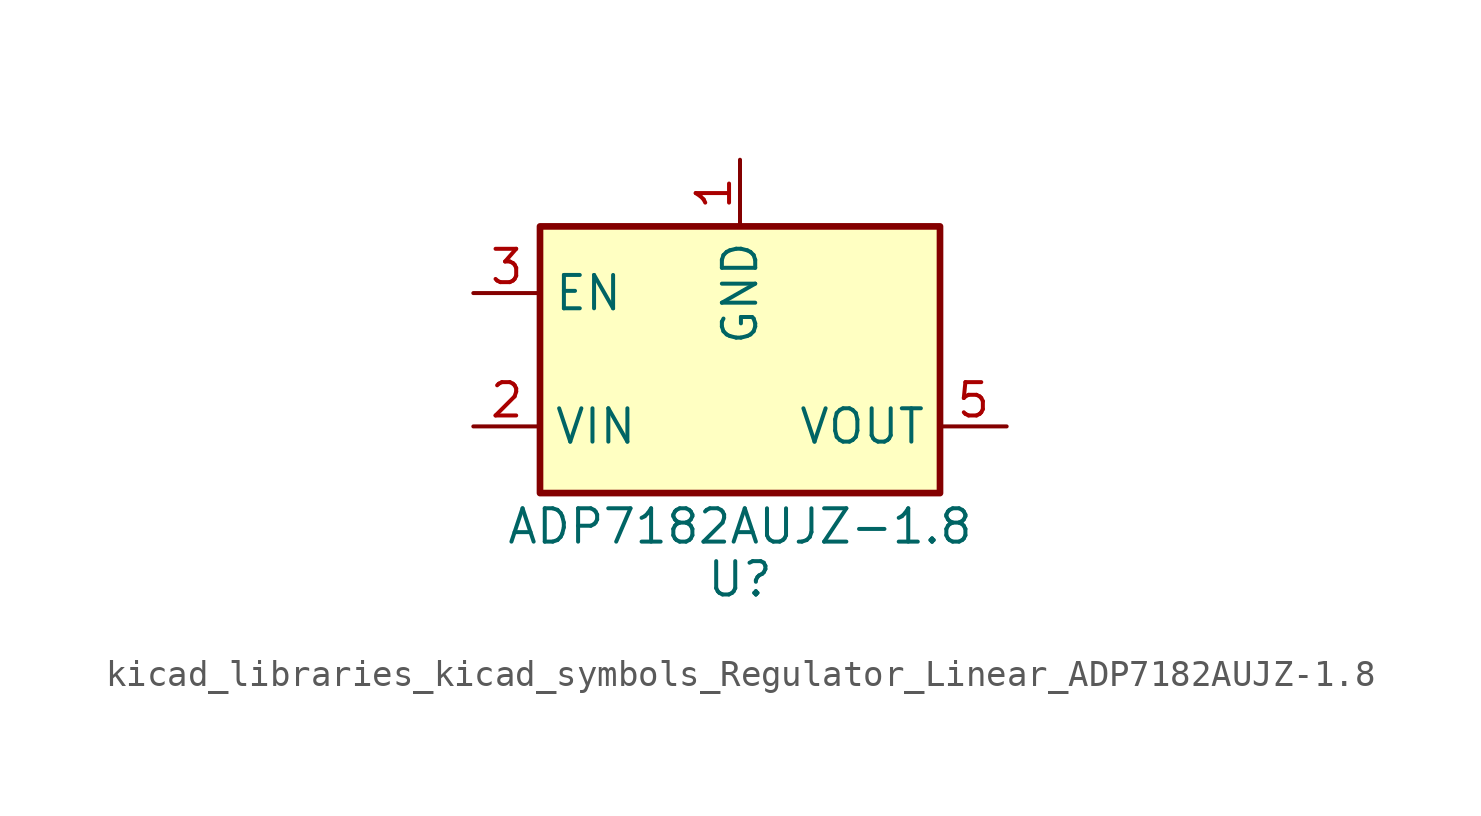
<source format=kicad_sym>
(kicad_symbol_lib
  (version 20220914)
  (generator kicad_symbol_editor)
  (symbol "kicad_libraries_kicad_symbols_Regulator_Linear_ADP7182AUJZ-1.8"
    (property "Reference" "U"
      (at 0 -7.62 0)
      (effects (font (size 1.27 1.27)) (justify top)))
    (property "Value" "ADP7182AUJZ-1.8"
      (at 0 -6.35 0)
      (effects (font (size 1.27 1.27))))
    (symbol "kicad_libraries_kicad_symbols_Regulator_Linear_ADP7182AUJZ-1.8_0_1"
      (rectangle (start -7.62 5.08) (end 7.62 -5.08) (stroke (width 0.254) (type default)) (fill (type background))))
    (symbol "kicad_libraries_kicad_symbols_Regulator_Linear_ADP7182AUJZ-1.8_1_1"
      (pin power_in line (at 0 7.62 270) (length 2.54) (name "GND" (effects (font (size 1.27 1.27)))) (number "1" (effects (font (size 1.27 1.27)))))
      (pin power_in line (at -10.16 -2.54 0) (length 2.54) (name "VIN" (effects (font (size 1.27 1.27)))) (number "2" (effects (font (size 1.27 1.27)))))
      (pin input line (at -10.16 2.54 0) (length 2.54) (name "EN" (effects (font (size 1.27 1.27)))) (number "3" (effects (font (size 1.27 1.27)))))
      (pin no_connect line (at 7.62 0 180) (length 2.54) hide (name "NC" (effects (font (size 1.27 1.27)))) (number "4" (effects (font (size 1.27 1.27)))))
      (pin power_out line (at 10.16 -2.54 180) (length 2.54) (name "VOUT" (effects (font (size 1.27 1.27)))) (number "5" (effects (font (size 1.27 1.27))))))))
</source>
